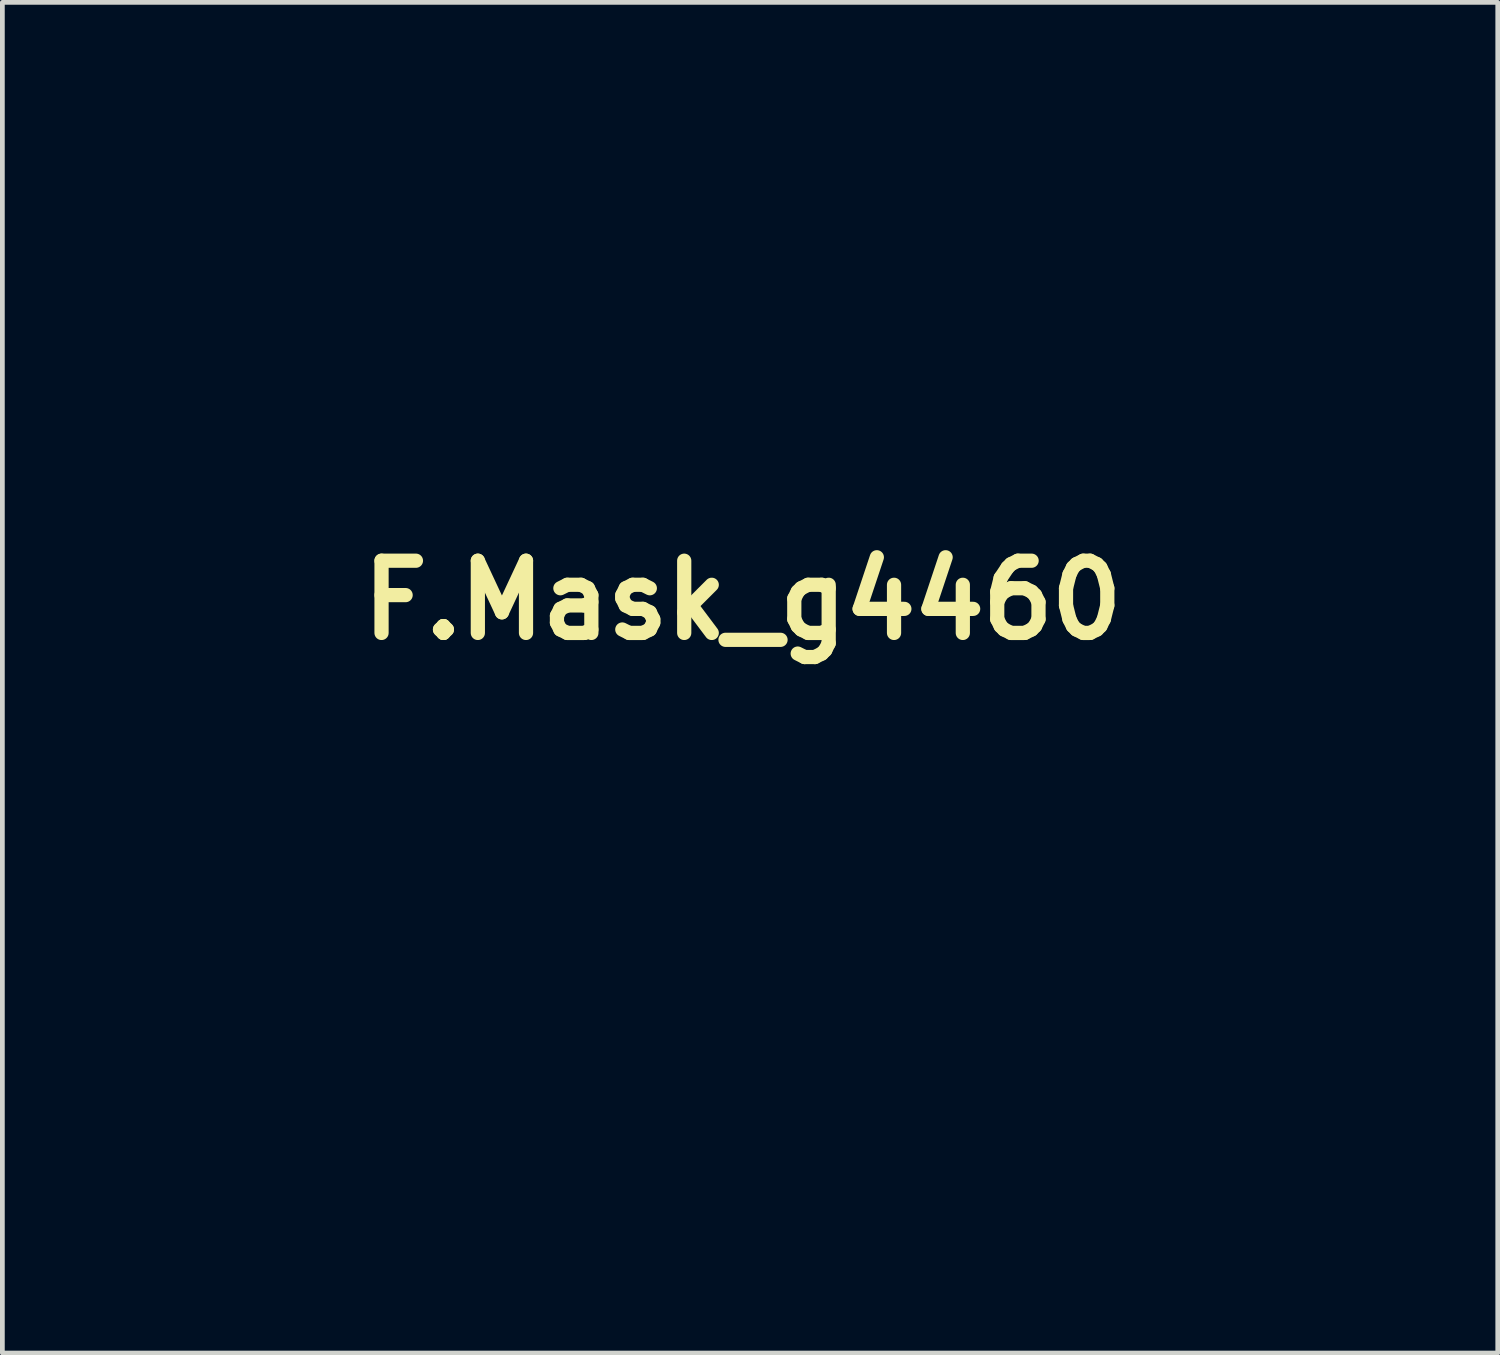
<source format=kicad_pcb>
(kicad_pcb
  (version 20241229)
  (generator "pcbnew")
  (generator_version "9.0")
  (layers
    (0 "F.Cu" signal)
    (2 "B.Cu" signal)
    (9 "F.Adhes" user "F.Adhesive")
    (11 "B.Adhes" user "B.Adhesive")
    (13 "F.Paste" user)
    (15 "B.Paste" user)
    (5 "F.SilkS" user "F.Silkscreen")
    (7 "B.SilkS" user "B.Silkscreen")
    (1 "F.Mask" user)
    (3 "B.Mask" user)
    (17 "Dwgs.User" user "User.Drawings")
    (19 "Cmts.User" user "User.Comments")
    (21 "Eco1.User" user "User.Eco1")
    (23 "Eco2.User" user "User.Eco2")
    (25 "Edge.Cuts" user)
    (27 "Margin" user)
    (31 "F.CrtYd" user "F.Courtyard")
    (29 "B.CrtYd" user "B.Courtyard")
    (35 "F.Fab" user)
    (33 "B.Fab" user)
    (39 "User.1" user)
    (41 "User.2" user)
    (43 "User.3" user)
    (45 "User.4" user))
  (footprint "F.Mask_g4460"
    (layer "F.Cu")
    (at 12.62 9.615)
    (property "Reference" "F.Mask_g4460" (at 0 0 0) (layer "F.SilkS") (effects (font (size 1.524 1.524) (thickness 0.3))))
    (attr through_hole)
    (fp_poly (pts (xy -0.09 -1.519) (xy -0.061 -1.508) (xy -0.049 -1.483) (xy -0.056 -1.441) (xy -0.082 -1.38) (xy -0.13 -1.295) (xy -0.201 -1.181) (xy -0.219 -1.155) (xy -0.313 -1.014) (xy -0.392 -0.905) (xy -0.455 -0.83) (xy -0.5 -0.79) (xy -0.518 -0.783) (xy -0.547 -0.798) (xy -0.591 -0.836) (xy -0.614 -0.861) (xy -0.655 -0.916) (xy -0.701 -0.991) (xy -0.747 -1.075) (xy -0.787 -1.158) (xy -0.815 -1.227) (xy -0.826 -1.271) (xy -0.811 -1.311) (xy -0.785 -1.342) (xy -0.736 -1.373) (xy -0.658 -1.405) (xy -0.562 -1.437) (xy -0.454 -1.466) (xy -0.345 -1.491) (xy -0.242 -1.509) (xy -0.154 -1.519) (xy -0.09 -1.519)) (stroke (width 0.01) (type solid)) (fill yes) (layer "F.Mask"))
    (fp_poly (pts (xy -6.71 -1.45) (xy -6.595 -1.438) (xy -6.442 -1.414) (xy -6.25 -1.379) (xy -6.163 -1.363) (xy -6.022 -1.333) (xy -5.919 -1.307) (xy -5.848 -1.282) (xy -5.806 -1.256) (xy -5.787 -1.227) (xy -5.787 -1.192) (xy -5.787 -1.189) (xy -5.807 -1.13) (xy -5.843 -1.048) (xy -5.89 -0.95) (xy -5.946 -0.844) (xy -6.006 -0.737) (xy -6.066 -0.635) (xy -6.121 -0.547) (xy -6.169 -0.478) (xy -6.205 -0.437) (xy -6.217 -0.429) (xy -6.242 -0.44) (xy -6.281 -0.478) (xy -6.312 -0.518) (xy -6.403 -0.649) (xy -6.491 -0.785) (xy -6.574 -0.92) (xy -6.65 -1.049) (xy -6.716 -1.169) (xy -6.768 -1.273) (xy -6.805 -1.357) (xy -6.823 -1.415) (xy -6.821 -1.442) (xy -6.786 -1.452) (xy -6.71 -1.45)) (stroke (width 0.01) (type solid)) (fill yes) (layer "F.Mask"))
    (fp_poly (pts (xy 2.445 -2.448) (xy 2.447 -2.42) (xy 2.444 -2.408) (xy 2.417 -2.34) (xy 2.373 -2.248) (xy 2.315 -2.138) (xy 2.246 -2.016) (xy 2.17 -1.887) (xy 2.09 -1.758) (xy 2.011 -1.633) (xy 1.935 -1.519) (xy 1.866 -1.421) (xy 1.808 -1.345) (xy 1.764 -1.297) (xy 1.745 -1.283) (xy 1.714 -1.293) (xy 1.672 -1.336) (xy 1.653 -1.362) (xy 1.619 -1.416) (xy 1.571 -1.497) (xy 1.515 -1.593) (xy 1.459 -1.694) (xy 1.328 -1.935) (xy 1.399 -1.996) (xy 1.453 -2.033) (xy 1.537 -2.082) (xy 1.642 -2.137) (xy 1.763 -2.196) (xy 1.891 -2.257) (xy 2.02 -2.314) (xy 2.142 -2.366) (xy 2.251 -2.409) (xy 2.339 -2.439) (xy 2.4 -2.454) (xy 2.412 -2.455) (xy 2.445 -2.448)) (stroke (width 0.01) (type solid)) (fill yes) (layer "F.Mask"))
    (fp_poly (pts (xy 1.829 -6.83) (xy 2.009 -6.782) (xy 2.177 -6.699) (xy 2.325 -6.582) (xy 2.325 -6.582) (xy 2.45 -6.431) (xy 2.537 -6.263) (xy 2.588 -6.083) (xy 2.601 -5.896) (xy 2.575 -5.708) (xy 2.509 -5.525) (xy 2.499 -5.505) (xy 2.441 -5.414) (xy 2.359 -5.316) (xy 2.267 -5.225) (xy 2.178 -5.153) (xy 2.151 -5.136) (xy 2.008 -5.072) (xy 1.844 -5.031) (xy 1.675 -5.016) (xy 1.513 -5.028) (xy 1.407 -5.055) (xy 1.226 -5.138) (xy 1.072 -5.249) (xy 0.948 -5.385) (xy 0.854 -5.541) (xy 0.793 -5.711) (xy 0.768 -5.892) (xy 0.78 -6.077) (xy 0.832 -6.264) (xy 0.855 -6.319) (xy 0.93 -6.444) (xy 1.034 -6.566) (xy 1.156 -6.673) (xy 1.281 -6.751) (xy 1.458 -6.815) (xy 1.643 -6.841) (xy 1.829 -6.83)) (stroke (width 0.01) (type solid)) (fill yes) (layer "F.Mask"))
    (fp_poly (pts (xy -9.478 -7.014) (xy -9.395 -6.979) (xy -9.313 -6.93) (xy -9.245 -6.877) (xy -9.223 -6.852) (xy -9.134 -6.71) (xy -9.076 -6.555) (xy -9.045 -6.378) (xy -9.038 -6.227) (xy -9.052 -6.042) (xy -9.09 -5.864) (xy -9.15 -5.701) (xy -9.228 -5.558) (xy -9.322 -5.443) (xy -9.428 -5.362) (xy -9.441 -5.355) (xy -9.551 -5.311) (xy -9.65 -5.3) (xy -9.748 -5.324) (xy -9.794 -5.345) (xy -9.907 -5.425) (xy -10.008 -5.542) (xy -10.093 -5.694) (xy -10.099 -5.706) (xy -10.124 -5.789) (xy -10.143 -5.901) (xy -10.155 -6.029) (xy -10.159 -6.162) (xy -10.155 -6.287) (xy -10.141 -6.39) (xy -10.141 -6.393) (xy -10.092 -6.552) (xy -10.019 -6.697) (xy -9.927 -6.822) (xy -9.822 -6.921) (xy -9.706 -6.991) (xy -9.587 -7.025) (xy -9.545 -7.027) (xy -9.478 -7.014)) (stroke (width 0.01) (type solid)) (fill yes) (layer "F.Mask"))
    (fp_poly (pts (xy -7.35 -6.954) (xy -7.236 -6.907) (xy -7.131 -6.822) (xy -7.109 -6.797) (xy -7.04 -6.695) (xy -6.991 -6.572) (xy -6.96 -6.42) (xy -6.949 -6.287) (xy -6.954 -6.076) (xy -6.989 -5.867) (xy -7.052 -5.673) (xy -7.094 -5.586) (xy -7.14 -5.512) (xy -7.201 -5.435) (xy -7.268 -5.362) (xy -7.333 -5.301) (xy -7.388 -5.261) (xy -7.423 -5.249) (xy -7.477 -5.243) (xy -7.504 -5.238) (xy -7.545 -5.241) (xy -7.608 -5.26) (xy -7.655 -5.281) (xy -7.77 -5.357) (xy -7.88 -5.463) (xy -7.973 -5.586) (xy -8.018 -5.668) (xy -8.054 -5.778) (xy -8.077 -5.914) (xy -8.087 -6.063) (xy -8.081 -6.209) (xy -8.061 -6.339) (xy -8.054 -6.362) (xy -7.99 -6.533) (xy -7.908 -6.679) (xy -7.811 -6.796) (xy -7.702 -6.884) (xy -7.587 -6.941) (xy -7.468 -6.965) (xy -7.35 -6.954)) (stroke (width 0.01) (type solid)) (fill yes) (layer "F.Mask"))
    (fp_poly (pts (xy 4.808 -5.653) (xy 4.928 -5.651) (xy 5.069 -5.646) (xy 5.225 -5.639) (xy 5.39 -5.632) (xy 5.559 -5.623) (xy 5.728 -5.614) (xy 5.889 -5.604) (xy 6.039 -5.594) (xy 6.171 -5.584) (xy 6.28 -5.575) (xy 6.36 -5.566) (xy 6.407 -5.558) (xy 6.416 -5.555) (xy 6.436 -5.519) (xy 6.433 -5.458) (xy 6.407 -5.379) (xy 6.361 -5.292) (xy 6.348 -5.273) (xy 6.225 -5.12) (xy 6.079 -4.994) (xy 5.918 -4.897) (xy 5.748 -4.836) (xy 5.608 -4.814) (xy 5.45 -4.816) (xy 5.334 -4.837) (xy 5.141 -4.907) (xy 4.975 -5.001) (xy 4.842 -5.116) (xy 4.752 -5.237) (xy 4.726 -5.29) (xy 4.698 -5.363) (xy 4.67 -5.444) (xy 4.646 -5.524) (xy 4.629 -5.591) (xy 4.623 -5.636) (xy 4.625 -5.648) (xy 4.651 -5.653) (xy 4.714 -5.654) (xy 4.808 -5.653)) (stroke (width 0.01) (type solid)) (fill yes) (layer "F.Mask"))
    (fp_poly (pts (xy -3.423 -1.119) (xy -3.315 -1.117) (xy -3.232 -1.114) (xy -3.204 -1.112) (xy -3.115 -1.1) (xy -3.062 -1.085) (xy -3.048 -1.071) (xy -3.059 -1.045) (xy -3.089 -0.989) (xy -3.134 -0.909) (xy -3.191 -0.812) (xy -3.257 -0.702) (xy -3.328 -0.586) (xy -3.4 -0.469) (xy -3.469 -0.358) (xy -3.533 -0.259) (xy -3.587 -0.178) (xy -3.6 -0.159) (xy -3.673 -0.059) (xy -3.731 0.006) (xy -3.777 0.038) (xy -3.798 0.042) (xy -3.815 0.026) (xy -3.85 -0.017) (xy -3.9 -0.082) (xy -3.954 -0.153) (xy -4.056 -0.296) (xy -4.153 -0.441) (xy -4.242 -0.582) (xy -4.321 -0.714) (xy -4.385 -0.831) (xy -4.433 -0.929) (xy -4.461 -1.002) (xy -4.466 -1.034) (xy -4.449 -1.076) (xy -4.429 -1.091) (xy -4.396 -1.097) (xy -4.327 -1.102) (xy -4.23 -1.107) (xy -4.111 -1.111) (xy -3.976 -1.115) (xy -3.833 -1.117) (xy -3.689 -1.119) (xy -3.55 -1.12) (xy -3.423 -1.119)) (stroke (width 0.01) (type solid)) (fill yes) (layer "F.Mask"))
    (fp_poly (pts (xy 3.852 -5.788) (xy 3.928 -5.776) (xy 4.008 -5.761) (xy 4.14 -5.734) (xy 4.238 -5.708) (xy 4.308 -5.68) (xy 4.357 -5.646) (xy 4.391 -5.601) (xy 4.419 -5.543) (xy 4.425 -5.528) (xy 4.516 -5.323) (xy 4.625 -5.15) (xy 4.73 -5.029) (xy 4.877 -4.902) (xy 5.034 -4.81) (xy 5.207 -4.75) (xy 5.404 -4.72) (xy 5.546 -4.715) (xy 5.763 -4.734) (xy 5.968 -4.79) (xy 6.155 -4.879) (xy 6.32 -4.999) (xy 6.458 -5.147) (xy 6.558 -5.305) (xy 6.597 -5.379) (xy 6.635 -5.436) (xy 6.678 -5.478) (xy 6.732 -5.509) (xy 6.805 -5.532) (xy 6.903 -5.551) (xy 7.032 -5.567) (xy 7.128 -5.578) (xy 7.325 -5.599) (xy 7.516 -5.62) (xy 7.693 -5.64) (xy 7.85 -5.657) (xy 7.98 -5.672) (xy 8.077 -5.683) (xy 8.102 -5.686) (xy 8.166 -5.693) (xy 8.199 -5.69) (xy 8.211 -5.674) (xy 8.213 -5.642) (xy 8.201 -5.587) (xy 8.169 -5.506) (xy 8.12 -5.407) (xy 8.061 -5.297) (xy 7.993 -5.186) (xy 7.923 -5.081) (xy 7.864 -5.002) (xy 7.682 -4.797) (xy 7.481 -4.61) (xy 7.267 -4.445) (xy 7.047 -4.307) (xy 6.827 -4.2) (xy 6.612 -4.128) (xy 6.555 -4.115) (xy 6.482 -4.104) (xy 6.375 -4.095) (xy 6.244 -4.086) (xy 6.096 -4.08) (xy 5.942 -4.075) (xy 5.789 -4.072) (xy 5.647 -4.072) (xy 5.524 -4.074) (xy 5.428 -4.079) (xy 5.387 -4.083) (xy 5.19 -4.133) (xy 4.988 -4.219) (xy 4.786 -4.338) (xy 4.587 -4.486) (xy 4.397 -4.658) (xy 4.221 -4.849) (xy 4.061 -5.057) (xy 3.924 -5.276) (xy 3.813 -5.502) (xy 3.766 -5.626) (xy 3.744 -5.695) (xy 3.737 -5.737) (xy 3.745 -5.763) (xy 3.754 -5.774) (xy 3.773 -5.787) (xy 3.803 -5.791) (xy 3.852 -5.788)) (stroke (width 0.01) (type solid)) (fill yes) (layer "F.Mask"))
    (fp_poly (pts (xy 0.483 4.027) (xy 0.641 4.031) (xy 0.764 4.035) (xy 0.861 4.04) (xy 0.94 4.047) (xy 1.008 4.057) (xy 1.074 4.07) (xy 1.145 4.088) (xy 1.2 4.103) (xy 1.552 4.217) (xy 1.908 4.368) (xy 2.259 4.55) (xy 2.491 4.69) (xy 2.656 4.801) (xy 2.823 4.923) (xy 2.989 5.051) (xy 3.147 5.181) (xy 3.293 5.309) (xy 3.423 5.431) (xy 3.531 5.542) (xy 3.612 5.639) (xy 3.659 5.71) (xy 3.672 5.746) (xy 3.661 5.776) (xy 3.626 5.813) (xy 3.566 5.857) (xy 3.47 5.913) (xy 3.343 5.978) (xy 3.19 6.051) (xy 3.015 6.129) (xy 2.823 6.21) (xy 2.618 6.293) (xy 2.405 6.375) (xy 2.189 6.455) (xy 1.973 6.531) (xy 1.885 6.561) (xy 1.437 6.7) (xy 1.005 6.812) (xy 0.577 6.9) (xy 0.14 6.966) (xy -0.318 7.013) (xy -0.518 7.027) (xy -0.611 7.031) (xy -0.731 7.035) (xy -0.875 7.039) (xy -1.034 7.042) (xy -1.203 7.044) (xy -1.376 7.045) (xy -1.546 7.046) (xy -1.708 7.045) (xy -1.854 7.044) (xy -1.98 7.043) (xy -2.078 7.04) (xy -2.143 7.036) (xy -2.159 7.035) (xy -2.2 7.029) (xy -2.273 7.019) (xy -2.367 7.006) (xy -2.466 6.993) (xy -2.615 6.971) (xy -2.763 6.947) (xy -2.901 6.922) (xy -3.02 6.897) (xy -3.112 6.875) (xy -3.159 6.86) (xy -3.196 6.84) (xy -3.213 6.809) (xy -3.217 6.751) (xy -3.217 6.747) (xy -3.208 6.652) (xy -3.181 6.524) (xy -3.138 6.372) (xy -3.082 6.2) (xy -3.014 6.014) (xy -2.936 5.822) (xy -2.851 5.628) (xy -2.84 5.604) (xy -2.688 5.322) (xy -2.503 5.06) (xy -2.29 4.821) (xy -2.053 4.61) (xy -1.796 4.429) (xy -1.522 4.28) (xy -1.235 4.168) (xy -1.002 4.108) (xy -0.857 4.084) (xy -0.678 4.064) (xy -0.47 4.047) (xy -0.242 4.035) (xy 0.001 4.028) (xy 0.25 4.025) (xy 0.483 4.027)) (stroke (width 0.01) (type solid)) (fill yes) (layer "F.Mask"))
    (fp_poly (pts (xy 4.072 6.268) (xy 4.112 6.305) (xy 4.153 6.35) (xy 4.223 6.44) (xy 4.306 6.561) (xy 4.397 6.702) (xy 4.49 6.855) (xy 4.579 7.013) (xy 4.662 7.165) (xy 4.731 7.303) (xy 4.782 7.419) (xy 4.796 7.456) (xy 4.814 7.513) (xy 4.815 7.545) (xy 4.797 7.57) (xy 4.779 7.585) (xy 4.723 7.623) (xy 4.634 7.672) (xy 4.518 7.731) (xy 4.382 7.795) (xy 4.233 7.862) (xy 4.076 7.93) (xy 3.937 7.986) (xy 3.449 8.165) (xy 2.934 8.33) (xy 2.402 8.477) (xy 1.865 8.603) (xy 1.337 8.705) (xy 0.889 8.773) (xy 0.743 8.788) (xy 0.562 8.802) (xy 0.354 8.815) (xy 0.125 8.825) (xy -0.116 8.833) (xy -0.364 8.84) (xy -0.611 8.844) (xy -0.85 8.845) (xy -1.073 8.844) (xy -1.274 8.84) (xy -1.444 8.833) (xy -1.545 8.826) (xy -1.635 8.816) (xy -1.752 8.8) (xy -1.882 8.78) (xy -2.012 8.758) (xy -2.032 8.754) (xy -2.318 8.701) (xy -2.565 8.655) (xy -2.773 8.615) (xy -2.946 8.581) (xy -3.085 8.553) (xy -3.192 8.529) (xy -3.201 8.527) (xy -3.387 8.484) (xy -3.386 8.163) (xy -3.384 8.034) (xy -3.38 7.903) (xy -3.375 7.785) (xy -3.368 7.692) (xy -3.367 7.674) (xy -3.356 7.585) (xy -3.342 7.527) (xy -3.323 7.489) (xy -3.293 7.458) (xy -3.293 7.457) (xy -3.252 7.429) (xy -3.202 7.414) (xy -3.135 7.41) (xy -3.044 7.417) (xy -2.921 7.436) (xy -2.9 7.439) (xy -2.742 7.462) (xy -2.549 7.482) (xy -2.32 7.499) (xy -2.054 7.513) (xy -1.749 7.525) (xy -1.482 7.532) (xy -1.161 7.538) (xy -0.876 7.54) (xy -0.621 7.537) (xy -0.388 7.529) (xy -0.172 7.515) (xy 0.034 7.495) (xy 0.237 7.469) (xy 0.442 7.435) (xy 0.657 7.393) (xy 0.84 7.354) (xy 1.423 7.213) (xy 1.974 7.054) (xy 2.5 6.875) (xy 3.01 6.673) (xy 3.246 6.569) (xy 3.393 6.504) (xy 3.538 6.441) (xy 3.675 6.383) (xy 3.798 6.333) (xy 3.899 6.293) (xy 3.973 6.267) (xy 4.005 6.257) (xy 4.04 6.254) (xy 4.072 6.268)) (stroke (width 0.01) (type solid)) (fill yes) (layer "F.Mask"))
    (fp_poly (pts (xy 5.865 10.282) (xy 5.902 10.31) (xy 5.94 10.371) (xy 5.973 10.466) (xy 6.001 10.587) (xy 6.021 10.725) (xy 6.026 10.796) (xy 6.032 10.888) (xy 6.031 10.953) (xy 6.021 11.006) (xy 6.001 11.06) (xy 5.971 11.122) (xy 5.884 11.257) (xy 5.756 11.392) (xy 5.591 11.526) (xy 5.389 11.657) (xy 5.155 11.786) (xy 4.889 11.911) (xy 4.594 12.031) (xy 4.272 12.147) (xy 3.925 12.257) (xy 3.557 12.36) (xy 3.167 12.456) (xy 2.76 12.545) (xy 2.338 12.624) (xy 1.901 12.694) (xy 1.454 12.754) (xy 0.997 12.803) (xy 0.868 12.815) (xy 0.637 12.833) (xy 0.392 12.848) (xy 0.143 12.86) (xy -0.105 12.869) (xy -0.343 12.875) (xy -0.563 12.877) (xy -0.757 12.875) (xy -0.919 12.869) (xy -0.942 12.868) (xy -1.075 12.856) (xy -1.236 12.837) (xy -1.417 12.811) (xy -1.612 12.78) (xy -1.814 12.746) (xy -2.015 12.709) (xy -2.21 12.67) (xy -2.391 12.632) (xy -2.551 12.595) (xy -2.684 12.56) (xy -2.782 12.529) (xy -2.789 12.527) (xy -2.873 12.491) (xy -2.943 12.45) (xy -3.001 12.398) (xy -3.05 12.331) (xy -3.091 12.246) (xy -3.127 12.136) (xy -3.16 11.999) (xy -3.191 11.829) (xy -3.223 11.622) (xy -3.229 11.578) (xy -3.253 11.394) (xy -3.269 11.246) (xy -3.275 11.131) (xy -3.272 11.044) (xy -3.259 10.981) (xy -3.236 10.937) (xy -3.217 10.918) (xy -3.171 10.893) (xy -3.134 10.891) (xy -3.05 10.92) (xy -2.933 10.956) (xy -2.793 10.995) (xy -2.64 11.036) (xy -2.483 11.075) (xy -2.331 11.111) (xy -2.273 11.123) (xy -1.709 11.235) (xy -1.171 11.321) (xy -0.653 11.382) (xy -0.147 11.417) (xy 0.354 11.428) (xy 0.856 11.414) (xy 1.366 11.377) (xy 1.587 11.354) (xy 1.908 11.312) (xy 2.256 11.257) (xy 2.621 11.191) (xy 2.99 11.116) (xy 3.353 11.034) (xy 3.698 10.948) (xy 3.806 10.919) (xy 4.011 10.862) (xy 4.188 10.809) (xy 4.351 10.758) (xy 4.511 10.702) (xy 4.681 10.639) (xy 4.874 10.565) (xy 4.939 10.539) (xy 5.174 10.448) (xy 5.375 10.375) (xy 5.541 10.32) (xy 5.672 10.284) (xy 5.766 10.267) (xy 5.793 10.266) (xy 5.865 10.282)) (stroke (width 0.01) (type solid)) (fill yes) (layer "F.Mask"))
    (fp_poly (pts (xy 5.126 8.084) (xy 5.152 8.136) (xy 5.189 8.218) (xy 5.235 8.322) (xy 5.288 8.444) (xy 5.345 8.579) (xy 5.404 8.72) (xy 5.464 8.863) (xy 5.521 9.003) (xy 5.574 9.133) (xy 5.62 9.249) (xy 5.657 9.345) (xy 5.682 9.415) (xy 5.709 9.508) (xy 5.717 9.569) (xy 5.711 9.596) (xy 5.675 9.631) (xy 5.601 9.676) (xy 5.494 9.729) (xy 5.357 9.789) (xy 5.193 9.855) (xy 5.006 9.924) (xy 4.799 9.996) (xy 4.699 10.029) (xy 3.972 10.25) (xy 3.258 10.435) (xy 2.55 10.584) (xy 1.843 10.7) (xy 1.323 10.764) (xy 1.168 10.777) (xy 0.984 10.788) (xy 0.778 10.797) (xy 0.558 10.803) (xy 0.333 10.806) (xy 0.111 10.807) (xy -0.099 10.805) (xy -0.289 10.8) (xy -0.451 10.792) (xy -0.54 10.786) (xy -0.901 10.746) (xy -1.245 10.7) (xy -1.559 10.647) (xy -1.577 10.644) (xy -1.752 10.609) (xy -1.946 10.565) (xy -2.15 10.515) (xy -2.358 10.461) (xy -2.563 10.405) (xy -2.756 10.348) (xy -2.931 10.293) (xy -3.08 10.242) (xy -3.196 10.197) (xy -3.21 10.191) (xy -3.276 10.159) (xy -3.314 10.127) (xy -3.335 10.085) (xy -3.342 10.061) (xy -3.353 10.003) (xy -3.364 9.913) (xy -3.374 9.8) (xy -3.383 9.674) (xy -3.39 9.543) (xy -3.395 9.415) (xy -3.398 9.301) (xy -3.398 9.208) (xy -3.394 9.145) (xy -3.393 9.133) (xy -3.377 9.079) (xy -3.354 9.053) (xy -3.309 9.043) (xy -3.294 9.042) (xy -3.24 9.044) (xy -3.157 9.055) (xy -3.059 9.073) (xy -2.988 9.089) (xy -2.73 9.144) (xy -2.444 9.192) (xy -2.143 9.232) (xy -1.937 9.254) (xy -1.823 9.262) (xy -1.674 9.269) (xy -1.494 9.274) (xy -1.289 9.278) (xy -1.065 9.281) (xy -0.828 9.282) (xy -0.584 9.282) (xy -0.337 9.281) (xy -0.095 9.279) (xy 0.138 9.276) (xy 0.356 9.271) (xy 0.553 9.265) (xy 0.724 9.259) (xy 0.862 9.251) (xy 0.942 9.244) (xy 1.223 9.211) (xy 1.5 9.17) (xy 1.777 9.121) (xy 2.06 9.062) (xy 2.351 8.992) (xy 2.656 8.91) (xy 2.977 8.815) (xy 3.32 8.706) (xy 3.688 8.581) (xy 4.086 8.439) (xy 4.518 8.28) (xy 4.521 8.279) (xy 4.669 8.224) (xy 4.803 8.175) (xy 4.92 8.132) (xy 5.014 8.098) (xy 5.08 8.075) (xy 5.112 8.065) (xy 5.114 8.065) (xy 5.126 8.084)) (stroke (width 0.01) (type solid)) (fill yes) (layer "F.Mask"))
    (fp_poly (pts (xy 1.671 -8.729) (xy 1.805 -8.724) (xy 1.916 -8.713) (xy 2.012 -8.695) (xy 2.101 -8.668) (xy 2.194 -8.631) (xy 2.26 -8.601) (xy 2.371 -8.542) (xy 2.489 -8.467) (xy 2.609 -8.381) (xy 2.726 -8.29) (xy 2.834 -8.196) (xy 2.927 -8.106) (xy 3.001 -8.024) (xy 3.05 -7.954) (xy 3.069 -7.901) (xy 3.069 -7.899) (xy 3.062 -7.832) (xy 3.042 -7.736) (xy 3.009 -7.606) (xy 2.961 -7.442) (xy 2.913 -7.285) (xy 2.876 -7.166) (xy 2.842 -7.049) (xy 2.815 -6.946) (xy 2.797 -6.868) (xy 2.793 -6.851) (xy 2.775 -6.752) (xy 2.762 -6.687) (xy 2.751 -6.649) (xy 2.739 -6.631) (xy 2.723 -6.626) (xy 2.707 -6.625) (xy 2.671 -6.639) (xy 2.616 -6.675) (xy 2.551 -6.727) (xy 2.533 -6.743) (xy 2.358 -6.876) (xy 2.169 -6.971) (xy 1.964 -7.028) (xy 1.739 -7.048) (xy 1.725 -7.048) (xy 1.515 -7.034) (xy 1.33 -6.99) (xy 1.162 -6.912) (xy 1.003 -6.797) (xy 0.919 -6.719) (xy 0.782 -6.559) (xy 0.676 -6.38) (xy 0.601 -6.19) (xy 0.561 -5.995) (xy 0.556 -5.802) (xy 0.589 -5.617) (xy 0.592 -5.605) (xy 0.667 -5.429) (xy 0.778 -5.261) (xy 0.919 -5.108) (xy 1.083 -4.977) (xy 1.226 -4.894) (xy 1.301 -4.858) (xy 1.361 -4.835) (xy 1.422 -4.821) (xy 1.496 -4.813) (xy 1.598 -4.809) (xy 1.61 -4.808) (xy 1.805 -4.809) (xy 1.969 -4.83) (xy 2.113 -4.874) (xy 2.244 -4.944) (xy 2.374 -5.043) (xy 2.466 -5.131) (xy 2.572 -5.246) (xy 2.654 -5.353) (xy 2.72 -5.467) (xy 2.778 -5.601) (xy 2.816 -5.707) (xy 2.858 -5.823) (xy 2.897 -5.904) (xy 2.94 -5.952) (xy 2.993 -5.974) (xy 3.062 -5.974) (xy 3.156 -5.956) (xy 3.165 -5.954) (xy 3.283 -5.918) (xy 3.359 -5.872) (xy 3.395 -5.816) (xy 3.395 -5.763) (xy 3.375 -5.707) (xy 3.339 -5.624) (xy 3.29 -5.522) (xy 3.234 -5.412) (xy 3.174 -5.303) (xy 3.117 -5.203) (xy 3.073 -5.133) (xy 2.986 -5.015) (xy 2.874 -4.884) (xy 2.75 -4.752) (xy 2.622 -4.631) (xy 2.504 -4.531) (xy 2.498 -4.527) (xy 2.388 -4.452) (xy 2.256 -4.374) (xy 2.118 -4.302) (xy 1.984 -4.243) (xy 1.87 -4.202) (xy 1.863 -4.199) (xy 1.782 -4.184) (xy 1.67 -4.171) (xy 1.536 -4.162) (xy 1.389 -4.157) (xy 1.24 -4.155) (xy 1.097 -4.157) (xy 0.971 -4.163) (xy 0.869 -4.173) (xy 0.816 -4.183) (xy 0.682 -4.23) (xy 0.547 -4.298) (xy 0.407 -4.391) (xy 0.255 -4.512) (xy 0.087 -4.666) (xy 0.077 -4.676) (xy -0.104 -4.86) (xy -0.252 -5.033) (xy -0.369 -5.202) (xy -0.461 -5.376) (xy -0.531 -5.563) (xy -0.582 -5.771) (xy -0.618 -6.007) (xy -0.636 -6.177) (xy -0.644 -6.343) (xy -0.645 -6.518) (xy -0.636 -6.694) (xy -0.621 -6.859) (xy -0.599 -7.003) (xy -0.57 -7.115) (xy -0.57 -7.117) (xy -0.525 -7.234) (xy -0.461 -7.373) (xy -0.386 -7.522) (xy -0.305 -7.671) (xy -0.224 -7.806) (xy -0.197 -7.848) (xy -0.019 -8.085) (xy 0.176 -8.284) (xy 0.39 -8.446) (xy 0.625 -8.573) (xy 0.882 -8.666) (xy 0.945 -8.683) (xy 1.024 -8.701) (xy 1.101 -8.714) (xy 1.184 -8.722) (xy 1.284 -8.727) (xy 1.41 -8.73) (xy 1.503 -8.73) (xy 1.671 -8.729)) (stroke (width 0.01) (type solid)) (fill yes) (layer "F.Mask"))
    (fp_poly (pts (xy 4.182 -3.074) (xy 4.16 -2.653) (xy 4.125 -2.254) (xy 4.08 -1.881) (xy 4.024 -1.54) (xy 3.958 -1.234) (xy 3.937 -1.151) (xy 3.842 -0.834) (xy 3.732 -0.551) (xy 3.603 -0.291) (xy 3.449 -0.047) (xy 3.266 0.191) (xy 3.059 0.42) (xy 2.814 0.658) (xy 2.566 0.867) (xy 2.311 1.049) (xy 2.042 1.205) (xy 1.756 1.34) (xy 1.447 1.454) (xy 1.111 1.551) (xy 0.742 1.633) (xy 0.459 1.683) (xy 0.193 1.72) (xy -0.093 1.75) (xy -0.387 1.772) (xy -0.68 1.786) (xy -0.961 1.791) (xy -1.219 1.786) (xy -1.386 1.777) (xy -1.768 1.735) (xy -2.157 1.669) (xy -2.558 1.576) (xy -2.974 1.456) (xy -3.409 1.308) (xy -3.866 1.131) (xy -4.2 0.99) (xy -4.341 0.928) (xy -4.464 0.872) (xy -4.573 0.819) (xy -4.673 0.767) (xy -4.769 0.711) (xy -4.863 0.65) (xy -4.962 0.579) (xy -5.07 0.496) (xy -5.191 0.398) (xy -5.33 0.281) (xy -5.491 0.143) (xy -5.678 -0.019) (xy -5.703 -0.041) (xy -5.775 -0.105) (xy -5.834 -0.159) (xy -5.872 -0.198) (xy -5.884 -0.214) (xy -5.873 -0.238) (xy -5.843 -0.286) (xy -5.8 -0.35) (xy -5.79 -0.364) (xy -5.746 -0.427) (xy -5.684 -0.516) (xy -5.611 -0.621) (xy -5.533 -0.734) (xy -5.482 -0.809) (xy -5.392 -0.937) (xy -5.319 -1.034) (xy -5.258 -1.104) (xy -5.203 -1.154) (xy -5.148 -1.187) (xy -5.088 -1.209) (xy -5.024 -1.223) (xy -4.923 -1.236) (xy -4.847 -1.232) (xy -4.788 -1.206) (xy -4.738 -1.151) (xy -4.688 -1.064) (xy -4.656 -0.995) (xy -4.573 -0.823) (xy -4.475 -0.639) (xy -4.367 -0.453) (xy -4.254 -0.272) (xy -4.141 -0.105) (xy -4.034 0.04) (xy -3.938 0.155) (xy -3.934 0.159) (xy -3.835 0.253) (xy -3.738 0.326) (xy -3.648 0.373) (xy -3.571 0.392) (xy -3.523 0.385) (xy -3.475 0.348) (xy -3.409 0.275) (xy -3.329 0.17) (xy -3.236 0.035) (xy -3.133 -0.128) (xy -3.019 -0.315) (xy -2.899 -0.525) (xy -2.773 -0.751) (xy -2.715 -0.858) (xy -2.662 -0.952) (xy -2.618 -1.028) (xy -2.588 -1.078) (xy -2.576 -1.095) (xy -2.549 -1.105) (xy -2.486 -1.121) (xy -2.393 -1.14) (xy -2.276 -1.163) (xy -2.141 -1.187) (xy -2.027 -1.207) (xy -1.872 -1.233) (xy -1.722 -1.259) (xy -1.584 -1.284) (xy -1.466 -1.307) (xy -1.377 -1.326) (xy -1.341 -1.334) (xy -1.259 -1.354) (xy -1.191 -1.369) (xy -1.148 -1.376) (xy -1.144 -1.376) (xy -1.117 -1.357) (xy -1.074 -1.302) (xy -1.019 -1.214) (xy -0.987 -1.158) (xy -0.822 -0.889) (xy -0.645 -0.655) (xy -0.543 -0.54) (xy -0.468 -0.468) (xy -0.406 -0.428) (xy -0.349 -0.423) (xy -0.289 -0.451) (xy -0.218 -0.514) (xy -0.177 -0.557) (xy -0.138 -0.6) (xy -0.103 -0.639) (xy -0.07 -0.679) (xy -0.035 -0.725) (xy 0.006 -0.783) (xy 0.056 -0.856) (xy 0.119 -0.95) (xy 0.197 -1.069) (xy 0.295 -1.219) (xy 0.303 -1.23) (xy 0.379 -1.343) (xy 0.457 -1.455) (xy 0.531 -1.554) (xy 0.594 -1.633) (xy 0.623 -1.667) (xy 0.674 -1.717) (xy 0.741 -1.776) (xy 0.816 -1.839) (xy 0.893 -1.898) (xy 0.964 -1.95) (xy 1.021 -1.988) (xy 1.058 -2.008) (xy 1.068 -2.008) (xy 1.08 -1.986) (xy 1.105 -1.939) (xy 1.122 -1.905) (xy 1.172 -1.813) (xy 1.242 -1.699) (xy 1.325 -1.572) (xy 1.413 -1.444) (xy 1.501 -1.324) (xy 1.527 -1.289) (xy 1.629 -1.174) (xy 1.731 -1.087) (xy 1.83 -1.034) (xy 1.915 -1.016) (xy 1.978 -1.024) (xy 2.041 -1.05) (xy 2.106 -1.096) (xy 2.176 -1.164) (xy 2.252 -1.258) (xy 2.336 -1.379) (xy 2.43 -1.53) (xy 2.536 -1.714) (xy 2.656 -1.933) (xy 2.732 -2.074) (xy 2.833 -2.264) (xy 2.918 -2.42) (xy 2.989 -2.548) (xy 3.05 -2.651) (xy 3.104 -2.735) (xy 3.152 -2.804) (xy 3.189 -2.852) (xy 3.25 -2.913) (xy 3.342 -2.987) (xy 3.456 -3.069) (xy 3.583 -3.153) (xy 3.717 -3.234) (xy 3.848 -3.308) (xy 3.969 -3.369) (xy 4.072 -3.411) (xy 4.1 -3.421) (xy 4.197 -3.45) (xy 4.182 -3.074)) (stroke (width 0.01) (type solid)) (fill yes) (layer "F.Mask"))
    (fp_poly (pts (xy 6.335 -9.606) (xy 6.525 -9.596) (xy 6.693 -9.576) (xy 6.848 -9.547) (xy 6.999 -9.507) (xy 7.05 -9.491) (xy 7.357 -9.372) (xy 7.662 -9.214) (xy 7.962 -9.02) (xy 8.253 -8.793) (xy 8.532 -8.536) (xy 8.794 -8.253) (xy 9.037 -7.946) (xy 9.257 -7.619) (xy 9.286 -7.571) (xy 9.386 -7.4) (xy 9.479 -7.231) (xy 9.568 -7.057) (xy 9.655 -6.873) (xy 9.743 -6.673) (xy 9.836 -6.449) (xy 9.936 -6.196) (xy 10.023 -5.969) (xy 10.08 -5.818) (xy 10.136 -5.67) (xy 10.189 -5.533) (xy 10.234 -5.414) (xy 10.27 -5.322) (xy 10.288 -5.276) (xy 10.357 -5.101) (xy 10.7 -5.101) (xy 10.861 -5.099) (xy 10.985 -5.093) (xy 11.075 -5.083) (xy 11.136 -5.066) (xy 11.172 -5.044) (xy 11.185 -5.024) (xy 11.186 -4.987) (xy 11.166 -4.936) (xy 11.122 -4.867) (xy 11.052 -4.779) (xy 10.955 -4.668) (xy 10.829 -4.532) (xy 10.74 -4.437) (xy 10.663 -4.352) (xy 10.601 -4.282) (xy 10.559 -4.232) (xy 10.541 -4.206) (xy 10.541 -4.204) (xy 10.546 -4.173) (xy 10.56 -4.109) (xy 10.58 -4.022) (xy 10.605 -3.919) (xy 10.633 -3.809) (xy 10.661 -3.7) (xy 10.687 -3.602) (xy 10.71 -3.521) (xy 10.726 -3.466) (xy 10.733 -3.448) (xy 10.745 -3.439) (xy 10.772 -3.434) (xy 10.819 -3.435) (xy 10.891 -3.442) (xy 10.993 -3.455) (xy 11.13 -3.474) (xy 11.159 -3.478) (xy 11.288 -3.496) (xy 11.404 -3.512) (xy 11.5 -3.524) (xy 11.569 -3.532) (xy 11.604 -3.536) (xy 11.606 -3.536) (xy 11.66 -3.516) (xy 11.708 -3.467) (xy 11.74 -3.402) (xy 11.748 -3.357) (xy 11.744 -3.323) (xy 11.731 -3.285) (xy 11.705 -3.241) (xy 11.664 -3.188) (xy 11.605 -3.12) (xy 11.525 -3.036) (xy 11.42 -2.932) (xy 11.287 -2.803) (xy 11.245 -2.762) (xy 10.916 -2.444) (xy 10.952 -2.191) (xy 10.976 -2.027) (xy 10.999 -1.873) (xy 11.022 -1.735) (xy 11.042 -1.617) (xy 11.06 -1.525) (xy 11.074 -1.465) (xy 11.082 -1.442) (xy 11.113 -1.433) (xy 11.179 -1.43) (xy 11.27 -1.433) (xy 11.38 -1.44) (xy 11.501 -1.451) (xy 11.625 -1.466) (xy 11.705 -1.478) (xy 11.91 -1.509) (xy 12.078 -1.529) (xy 12.212 -1.538) (xy 12.317 -1.535) (xy 12.397 -1.521) (xy 12.454 -1.496) (xy 12.494 -1.46) (xy 12.5 -1.451) (xy 12.521 -1.413) (xy 12.519 -1.378) (xy 12.498 -1.332) (xy 12.46 -1.277) (xy 12.393 -1.199) (xy 12.3 -1.103) (xy 12.185 -0.992) (xy 12.052 -0.87) (xy 11.905 -0.74) (xy 11.748 -0.606) (xy 11.747 -0.605) (xy 11.605 -0.486) (xy 11.492 -0.391) (xy 11.405 -0.315) (xy 11.341 -0.256) (xy 11.295 -0.21) (xy 11.266 -0.173) (xy 11.249 -0.142) (xy 11.242 -0.114) (xy 11.24 -0.084) (xy 11.239 -0.08) (xy 11.256 0.037) (xy 11.305 0.127) (xy 11.385 0.189) (xy 11.433 0.209) (xy 11.514 0.237) (xy 11.618 0.269) (xy 11.737 0.304) (xy 11.825 0.329) (xy 11.977 0.372) (xy 12.151 0.423) (xy 12.328 0.477) (xy 12.49 0.529) (xy 12.541 0.546) (xy 12.9 0.667) (xy 12.919 0.762) (xy 12.926 0.837) (xy 12.925 0.948) (xy 12.918 1.09) (xy 12.905 1.258) (xy 12.886 1.446) (xy 12.862 1.648) (xy 12.833 1.86) (xy 12.801 2.076) (xy 12.765 2.291) (xy 12.729 2.487) (xy 12.693 2.664) (xy 12.647 2.866) (xy 12.594 3.084) (xy 12.536 3.311) (xy 12.476 3.538) (xy 12.415 3.756) (xy 12.356 3.958) (xy 12.301 4.135) (xy 12.252 4.278) (xy 12.21 4.397) (xy 11.92 4.252) (xy 11.815 4.201) (xy 11.717 4.156) (xy 11.637 4.123) (xy 11.582 4.104) (xy 11.568 4.101) (xy 11.504 4.096) (xy 11.505 4.371) (xy 11.507 4.503) (xy 11.512 4.648) (xy 11.518 4.785) (xy 11.523 4.874) (xy 11.54 5.102) (xy 11.62 5.143) (xy 11.688 5.183) (xy 11.751 5.228) (xy 11.798 5.27) (xy 11.821 5.303) (xy 11.821 5.314) (xy 11.794 5.319) (xy 11.738 5.305) (xy 11.66 5.274) (xy 11.566 5.228) (xy 11.529 5.207) (xy 11.409 5.139) (xy 11.408 4.723) (xy 11.406 4.582) (xy 11.403 4.444) (xy 11.399 4.318) (xy 11.394 4.215) (xy 11.389 4.149) (xy 11.383 4.07) (xy 11.382 4.008) (xy 11.387 3.975) (xy 11.388 3.973) (xy 11.419 3.967) (xy 11.485 3.978) (xy 11.581 4.006) (xy 11.704 4.049) (xy 11.848 4.106) (xy 11.868 4.114) (xy 11.963 4.152) (xy 12.045 4.183) (xy 12.106 4.204) (xy 12.137 4.212) (xy 12.153 4.202) (xy 12.172 4.169) (xy 12.196 4.112) (xy 12.226 4.025) (xy 12.262 3.908) (xy 12.307 3.757) (xy 12.359 3.568) (xy 12.382 3.486) (xy 12.543 2.842) (xy 12.672 2.201) (xy 12.771 1.546) (xy 12.783 1.45) (xy 12.804 1.273) (xy 12.82 1.132) (xy 12.831 1.024) (xy 12.837 0.943) (xy 12.838 0.884) (xy 12.834 0.842) (xy 12.826 0.812) (xy 12.813 0.79) (xy 12.8 0.774) (xy 12.764 0.746) (xy 12.701 0.713) (xy 12.61 0.676) (xy 12.488 0.632) (xy 12.332 0.581) (xy 12.141 0.523) (xy 11.911 0.456) (xy 11.864 0.443) (xy 11.727 0.403) (xy 11.598 0.364) (xy 11.484 0.327) (xy 11.394 0.297) (xy 11.335 0.274) (xy 11.325 0.269) (xy 11.238 0.21) (xy 11.18 0.129) (xy 11.147 0.02) (xy 11.14 -0.04) (xy 11.135 -0.108) (xy 11.139 -0.154) (xy 11.159 -0.194) (xy 11.2 -0.243) (xy 11.221 -0.266) (xy 11.265 -0.309) (xy 11.335 -0.374) (xy 11.425 -0.455) (xy 11.53 -0.545) (xy 11.642 -0.64) (xy 11.683 -0.675) (xy 11.886 -0.847) (xy 12.054 -0.996) (xy 12.188 -1.121) (xy 12.287 -1.223) (xy 12.352 -1.302) (xy 12.374 -1.338) (xy 12.395 -1.384) (xy 12.395 -1.41) (xy 12.372 -1.432) (xy 12.369 -1.433) (xy 12.352 -1.444) (xy 12.328 -1.45) (xy 12.295 -1.453) (xy 12.246 -1.451) (xy 12.177 -1.444) (xy 12.083 -1.432) (xy 11.96 -1.414) (xy 11.803 -1.39) (xy 11.696 -1.373) (xy 11.508 -1.344) (xy 11.357 -1.324) (xy 11.24 -1.312) (xy 11.151 -1.307) (xy 11.088 -1.31) (xy 11.045 -1.321) (xy 11.019 -1.338) (xy 11.016 -1.342) (xy 10.996 -1.383) (xy 10.974 -1.453) (xy 10.951 -1.554) (xy 10.925 -1.69) (xy 10.896 -1.862) (xy 10.863 -2.074) (xy 10.862 -2.078) (xy 10.804 -2.474) (xy 11.172 -2.828) (xy 11.313 -2.965) (xy 11.425 -3.077) (xy 11.51 -3.167) (xy 11.57 -3.237) (xy 11.609 -3.292) (xy 11.629 -3.333) (xy 11.632 -3.364) (xy 11.629 -3.373) (xy 11.618 -3.391) (xy 11.597 -3.404) (xy 11.561 -3.41) (xy 11.507 -3.411) (xy 11.429 -3.406) (xy 11.322 -3.394) (xy 11.183 -3.376) (xy 11.028 -3.355) (xy 10.911 -3.339) (xy 10.808 -3.328) (xy 10.727 -3.322) (xy 10.675 -3.321) (xy 10.66 -3.324) (xy 10.648 -3.35) (xy 10.63 -3.41) (xy 10.606 -3.496) (xy 10.579 -3.599) (xy 10.551 -3.711) (xy 10.524 -3.825) (xy 10.5 -3.933) (xy 10.48 -4.027) (xy 10.467 -4.098) (xy 10.465 -4.117) (xy 10.459 -4.177) (xy 10.465 -4.22) (xy 10.486 -4.263) (xy 10.528 -4.32) (xy 10.54 -4.335) (xy 10.597 -4.405) (xy 10.67 -4.489) (xy 10.745 -4.572) (xy 10.76 -4.589) (xy 10.869 -4.707) (xy 10.952 -4.799) (xy 11.011 -4.867) (xy 11.049 -4.916) (xy 11.07 -4.95) (xy 11.075 -4.971) (xy 11.07 -4.983) (xy 11.04 -4.992) (xy 10.973 -5.001) (xy 10.875 -5.009) (xy 10.75 -5.015) (xy 10.7 -5.017) (xy 10.571 -5.021) (xy 10.477 -5.025) (xy 10.412 -5.031) (xy 10.367 -5.039) (xy 10.337 -5.05) (xy 10.314 -5.066) (xy 10.3 -5.078) (xy 10.278 -5.103) (xy 10.253 -5.14) (xy 10.225 -5.193) (xy 10.191 -5.265) (xy 10.151 -5.361) (xy 10.101 -5.483) (xy 10.042 -5.636) (xy 9.971 -5.822) (xy 9.928 -5.937) (xy 9.788 -6.3) (xy 9.653 -6.626) (xy 9.522 -6.919) (xy 9.392 -7.184) (xy 9.26 -7.426) (xy 9.123 -7.649) (xy 8.979 -7.857) (xy 8.825 -8.055) (xy 8.659 -8.247) (xy 8.477 -8.438) (xy 8.427 -8.488) (xy 8.215 -8.689) (xy 8.018 -8.859) (xy 7.828 -9.002) (xy 7.638 -9.122) (xy 7.441 -9.225) (xy 7.229 -9.315) (xy 7.097 -9.364) (xy 6.919 -9.421) (xy 6.758 -9.462) (xy 6.598 -9.489) (xy 6.424 -9.505) (xy 6.261 -9.512) (xy 5.899 -9.511) (xy 5.566 -9.484) (xy 5.256 -9.429) (xy 4.964 -9.345) (xy 4.684 -9.229) (xy 4.413 -9.079) (xy 4.143 -8.893) (xy 3.871 -8.67) (xy 3.719 -8.531) (xy 3.49 -8.316) (xy 3.167 -8.629) (xy 2.988 -8.8) (xy 2.829 -8.943) (xy 2.687 -9.06) (xy 2.553 -9.155) (xy 2.424 -9.233) (xy 2.293 -9.296) (xy 2.153 -9.349) (xy 2 -9.395) (xy 1.905 -9.419) (xy 1.758 -9.447) (xy 1.585 -9.467) (xy 1.401 -9.478) (xy 1.219 -9.479) (xy 1.057 -9.471) (xy 0.993 -9.463) (xy 0.711 -9.408) (xy 0.434 -9.325) (xy 0.173 -9.219) (xy -0.063 -9.092) (xy -0.166 -9.023) (xy -0.358 -8.866) (xy -0.548 -8.675) (xy -0.731 -8.454) (xy -0.901 -8.213) (xy -1.053 -7.956) (xy -1.182 -7.692) (xy -1.197 -7.658) (xy -1.248 -7.535) (xy -1.288 -7.43) (xy -1.32 -7.334) (xy -1.343 -7.241) (xy -1.36 -7.144) (xy -1.371 -7.034) (xy -1.378 -6.906) (xy -1.382 -6.751) (xy -1.384 -6.562) (xy -1.384 -6.519) (xy -1.384 -6.316) (xy -1.382 -6.15) (xy -1.378 -6.017) (xy -1.372 -5.911) (xy -1.364 -5.829) (xy -1.356 -5.782) (xy -1.34 -5.693) (xy -1.337 -5.631) (xy -1.352 -5.591) (xy -1.391 -5.566) (xy -1.459 -5.552) (xy -1.563 -5.542) (xy -1.6 -5.539) (xy -1.708 -5.533) (xy -1.854 -5.529) (xy -2.034 -5.527) (xy -2.244 -5.526) (xy -2.48 -5.526) (xy -2.738 -5.528) (xy -3.013 -5.531) (xy -3.302 -5.535) (xy -3.6 -5.54) (xy -3.904 -5.546) (xy -4.209 -5.553) (xy -4.511 -5.561) (xy -4.806 -5.569) (xy -5.09 -5.579) (xy -5.359 -5.588) (xy -5.608 -5.598) (xy -5.834 -5.608) (xy -6.033 -5.619) (xy -6.199 -5.63) (xy -6.331 -5.64) (xy -6.353 -5.643) (xy -6.473 -5.655) (xy -6.487 -5.807) (xy -6.518 -6.083) (xy -6.558 -6.325) (xy -6.608 -6.539) (xy -6.67 -6.734) (xy -6.745 -6.916) (xy -6.768 -6.963) (xy -6.876 -7.149) (xy -7.003 -7.303) (xy -7.143 -7.425) (xy -7.295 -7.51) (xy -7.454 -7.559) (xy -7.619 -7.568) (xy -7.696 -7.558) (xy -7.801 -7.532) (xy -7.901 -7.491) (xy -8.001 -7.432) (xy -8.107 -7.35) (xy -8.227 -7.241) (xy -8.33 -7.139) (xy -8.414 -7.054) (xy -8.488 -6.981) (xy -8.547 -6.924) (xy -8.586 -6.889) (xy -8.6 -6.879) (xy -8.617 -6.896) (xy -8.651 -6.94) (xy -8.695 -7.004) (xy -8.713 -7.032) (xy -8.855 -7.219) (xy -9.017 -7.371) (xy -9.198 -7.485) (xy -9.204 -7.488) (xy -9.281 -7.525) (xy -9.344 -7.548) (xy -9.408 -7.562) (xy -9.486 -7.57) (xy -9.578 -7.574) (xy -9.717 -7.574) (xy -9.826 -7.56) (xy -9.92 -7.527) (xy -10.009 -7.47) (xy -10.107 -7.386) (xy -10.11 -7.383) (xy -10.283 -7.191) (xy -10.429 -6.969) (xy -10.546 -6.723) (xy -10.632 -6.457) (xy -10.685 -6.174) (xy -10.706 -5.878) (xy -10.701 -5.694) (xy -10.656 -5.27) (xy -10.575 -4.858) (xy -10.459 -4.461) (xy -10.31 -4.081) (xy -10.129 -3.722) (xy -9.918 -3.386) (xy -9.678 -3.078) (xy -9.431 -2.82) (xy -9.265 -2.671) (xy -9.089 -2.53) (xy -8.896 -2.393) (xy -8.682 -2.257) (xy -8.44 -2.116) (xy -8.166 -1.969) (xy -8.051 -1.91) (xy -7.688 -1.726) (xy -7.364 -1.186) (xy -7.239 -0.978) (xy -7.114 -0.773) (xy -6.992 -0.575) (xy -6.875 -0.387) (xy -6.766 -0.215) (xy -6.668 -0.062) (xy -6.583 0.068) (xy -6.514 0.17) (xy -6.464 0.24) (xy -6.461 0.243) (xy -6.413 0.3) (xy -6.37 0.341) (xy -6.345 0.356) (xy -6.314 0.344) (xy -6.261 0.306) (xy -6.19 0.247) (xy -6.14 0.2) (xy -5.97 0.038) (xy -5.909 0.088) (xy -5.687 0.268) (xy -5.498 0.425) (xy -5.343 0.557) (xy -5.221 0.665) (xy -5.13 0.751) (xy -5.072 0.813) (xy -5.047 0.848) (xy -5.018 0.942) (xy -5.022 1.039) (xy -5.054 1.126) (xy -5.112 1.194) (xy -5.157 1.22) (xy -5.222 1.238) (xy -5.324 1.253) (xy -5.453 1.266) (xy -5.603 1.276) (xy -5.768 1.282) (xy -5.94 1.284) (xy -6.112 1.283) (xy -6.277 1.276) (xy -6.326 1.274) (xy -6.625 1.249) (xy -6.89 1.215) (xy -7.131 1.17) (xy -7.357 1.11) (xy -7.576 1.034) (xy -7.798 0.941) (xy -7.88 0.902) (xy -8.074 0.803) (xy -8.253 0.698) (xy -8.421 0.583) (xy -8.584 0.454) (xy -8.747 0.306) (xy -8.914 0.136) (xy -9.09 -0.062) (xy -9.281 -0.291) (xy -9.345 -0.37) (xy -9.44 -0.49) (xy -9.513 -0.58) (xy -9.568 -0.644) (xy -9.608 -0.684) (xy -9.639 -0.703) (xy -9.663 -0.705) (xy -9.686 -0.693) (xy -9.712 -0.67) (xy -9.729 -0.654) (xy -9.793 -0.575) (xy -9.859 -0.463) (xy -9.921 -0.332) (xy -9.976 -0.189) (xy -10.019 -0.047) (xy -10.046 0.084) (xy -10.055 0.178) (xy -10.051 0.233) (xy -10.041 0.318) (xy -10.026 0.42) (xy -10.008 0.523) (xy -9.987 0.647) (xy -9.978 0.743) (xy -9.984 0.814) (xy -10.01 0.865) (xy -10.06 0.898) (xy -10.137 0.918) (xy -10.247 0.928) (xy -10.393 0.931) (xy -10.477 0.931) (xy -10.672 0.933) (xy -10.875 0.939) (xy -11.082 0.948) (xy -11.288 0.959) (xy -11.486 0.973) (xy -11.672 0.988) (xy -11.84 1.005) (xy -11.984 1.023) (xy -12.099 1.041) (xy -12.179 1.06) (xy -12.203 1.068) (xy -12.258 1.103) (xy -12.275 1.148) (xy -12.256 1.209) (xy -12.221 1.261) (xy -12.139 1.345) (xy -12.02 1.432) (xy -11.867 1.522) (xy -11.686 1.612) (xy -11.479 1.699) (xy -11.253 1.781) (xy -11.202 1.798) (xy -10.894 1.897) (xy -11.548 2.254) (xy -11.774 2.377) (xy -11.964 2.483) (xy -12.122 2.572) (xy -12.249 2.646) (xy -12.348 2.708) (xy -12.421 2.757) (xy -12.472 2.796) (xy -12.502 2.825) (xy -12.51 2.837) (xy -12.521 2.893) (xy -12.49 2.944) (xy -12.438 2.98) (xy -12.416 2.99) (xy -12.386 2.998) (xy -12.343 3.005) (xy -12.283 3.01) (xy -12.203 3.014) (xy -12.096 3.018) (xy -11.96 3.021) (xy -11.789 3.025) (xy -11.636 3.027) (xy -10.899 3.037) (xy -11.144 3.387) (xy -11.258 3.552) (xy -11.347 3.686) (xy -11.413 3.793) (xy -11.457 3.876) (xy -11.48 3.937) (xy -11.485 3.979) (xy -11.479 3.998) (xy -11.444 4.019) (xy -11.378 4.033) (xy -11.291 4.04) (xy -11.193 4.038) (xy -11.096 4.028) (xy -11.01 4.01) (xy -10.916 3.977) (xy -10.803 3.926) (xy -10.683 3.865) (xy -10.57 3.802) (xy -10.48 3.743) (xy -10.46 3.728) (xy -10.389 3.678) (xy -10.311 3.63) (xy -10.291 3.619) (xy -10.199 3.571) (xy -10.047 3.68) (xy -9.801 3.853) (xy -9.577 4) (xy -9.367 4.127) (xy -9.164 4.239) (xy -9.049 4.297) (xy -8.709 4.454) (xy -8.376 4.587) (xy -8.037 4.7) (xy -7.679 4.798) (xy -7.371 4.869) (xy -7.201 4.906) (xy -7.069 4.936) (xy -6.969 4.961) (xy -6.896 4.983) (xy -6.845 5.002) (xy -6.813 5.021) (xy -6.795 5.042) (xy -6.789 5.051) (xy -6.784 5.076) (xy -6.785 5.117) (xy -6.794 5.179) (xy -6.81 5.267) (xy -6.834 5.385) (xy -6.868 5.538) (xy -6.888 5.627) (xy -6.968 5.986) (xy -7.036 6.311) (xy -7.092 6.609) (xy -7.137 6.884) (xy -7.173 7.143) (xy -7.2 7.392) (xy -7.218 7.638) (xy -7.23 7.885) (xy -7.233 7.98) (xy -7.236 8.165) (xy -7.237 8.317) (xy -7.234 8.446) (xy -7.229 8.56) (xy -7.219 8.668) (xy -7.209 8.757) (xy -7.137 9.18) (xy -7.03 9.578) (xy -6.889 9.954) (xy -6.712 10.309) (xy -6.5 10.645) (xy -6.329 10.869) (xy -6.239 10.987) (xy -6.177 11.083) (xy -6.145 11.157) (xy -6.144 11.203) (xy -6.17 11.226) (xy -6.223 11.249) (xy -6.252 11.258) (xy -6.312 11.276) (xy -6.352 11.296) (xy -6.361 11.303) (xy -6.39 11.323) (xy -6.421 11.318) (xy -6.435 11.292) (xy -6.416 11.247) (xy -6.363 11.191) (xy -6.309 11.149) (xy -6.259 11.115) (xy -6.419 10.918) (xy -6.662 10.583) (xy -6.87 10.226) (xy -7.042 9.848) (xy -7.177 9.45) (xy -7.207 9.337) (xy -7.243 9.194) (xy -7.271 9.069) (xy -7.293 8.955) (xy -7.309 8.843) (xy -7.321 8.727) (xy -7.328 8.597) (xy -7.332 8.447) (xy -7.333 8.267) (xy -7.334 8.128) (xy -7.333 7.935) (xy -7.331 7.775) (xy -7.327 7.642) (xy -7.322 7.527) (xy -7.314 7.422) (xy -7.303 7.319) (xy -7.288 7.21) (xy -7.286 7.192) (xy -7.241 6.896) (xy -7.186 6.58) (xy -7.121 6.238) (xy -7.045 5.864) (xy -7.019 5.741) (xy -6.99 5.601) (xy -6.963 5.47) (xy -6.939 5.353) (xy -6.921 5.26) (xy -6.911 5.198) (xy -6.909 5.188) (xy -6.895 5.085) (xy -7.083 5.042) (xy -7.191 5.018) (xy -7.318 4.99) (xy -7.444 4.962) (xy -7.493 4.952) (xy -8.001 4.823) (xy -8.496 4.655) (xy -8.976 4.447) (xy -9.439 4.201) (xy -9.882 3.919) (xy -9.955 3.868) (xy -10.039 3.807) (xy -10.113 3.756) (xy -10.167 3.717) (xy -10.196 3.698) (xy -10.196 3.698) (xy -10.229 3.701) (xy -10.291 3.733) (xy -10.382 3.792) (xy -10.393 3.8) (xy -10.529 3.888) (xy -10.676 3.972) (xy -10.824 4.046) (xy -10.96 4.104) (xy -11.062 4.138) (xy -11.21 4.166) (xy -11.34 4.17) (xy -11.448 4.152) (xy -11.529 4.113) (xy -11.58 4.053) (xy -11.595 3.996) (xy -11.595 3.952) (xy -11.585 3.904) (xy -11.563 3.848) (xy -11.526 3.777) (xy -11.471 3.687) (xy -11.397 3.573) (xy -11.312 3.447) (xy -11.247 3.351) (xy -11.192 3.267) (xy -11.151 3.201) (xy -11.128 3.16) (xy -11.124 3.149) (xy -11.147 3.147) (xy -11.206 3.146) (xy -11.296 3.145) (xy -11.409 3.146) (xy -11.541 3.148) (xy -11.617 3.149) (xy -11.825 3.152) (xy -11.996 3.151) (xy -12.135 3.144) (xy -12.248 3.133) (xy -12.34 3.115) (xy -12.417 3.092) (xy -12.469 3.068) (xy -12.556 3.007) (xy -12.605 2.933) (xy -12.615 2.868) (xy -12.61 2.829) (xy -12.591 2.79) (xy -12.557 2.747) (xy -12.504 2.699) (xy -12.429 2.644) (xy -12.329 2.578) (xy -12.202 2.502) (xy -12.045 2.411) (xy -11.854 2.305) (xy -11.726 2.235) (xy -11.568 2.148) (xy -11.444 2.079) (xy -11.349 2.026) (xy -11.281 1.986) (xy -11.236 1.958) (xy -11.21 1.938) (xy -11.199 1.925) (xy -11.2 1.916) (xy -11.201 1.916) (xy -11.224 1.904) (xy -11.279 1.882) (xy -11.358 1.852) (xy -11.453 1.817) (xy -11.464 1.813) (xy -11.64 1.745) (xy -11.786 1.682) (xy -11.914 1.617) (xy -12.035 1.543) (xy -12.12 1.485) (xy -12.236 1.391) (xy -12.325 1.294) (xy -12.382 1.199) (xy -12.404 1.112) (xy -12.404 1.106) (xy -12.399 1.061) (xy -12.38 1.031) (xy -12.334 1.004) (xy -12.31 0.993) (xy -12.224 0.964) (xy -12.104 0.939) (xy -11.947 0.916) (xy -11.752 0.897) (xy -11.518 0.88) (xy -11.282 0.867) (xy -11.021 0.855) (xy -10.799 0.844) (xy -10.614 0.835) (xy -10.462 0.827) (xy -10.341 0.819) (xy -10.248 0.812) (xy -10.179 0.806) (xy -10.132 0.8) (xy -10.104 0.794) (xy -10.093 0.788) (xy -10.086 0.756) (xy -10.091 0.687) (xy -10.105 0.586) (xy -10.108 0.569) (xy -10.139 0.33) (xy -10.14 0.115) (xy -10.112 -0.081) (xy -10.099 -0.135) (xy -10.046 -0.3) (xy -9.983 -0.45) (xy -9.914 -0.579) (xy -9.842 -0.684) (xy -9.769 -0.758) (xy -9.699 -0.799) (xy -9.664 -0.804) (xy -9.626 -0.797) (xy -9.58 -0.772) (xy -9.525 -0.727) (xy -9.458 -0.659) (xy -9.375 -0.564) (xy -9.272 -0.44) (xy -9.182 -0.327) (xy -8.992 -0.095) (xy -8.812 0.104) (xy -8.635 0.278) (xy -8.455 0.431) (xy -8.265 0.571) (xy -8.186 0.624) (xy -7.958 0.756) (xy -7.707 0.878) (xy -7.445 0.982) (xy -7.188 1.062) (xy -7.062 1.092) (xy -6.982 1.105) (xy -6.87 1.116) (xy -6.734 1.127) (xy -6.578 1.137) (xy -6.408 1.146) (xy -6.231 1.153) (xy -6.052 1.158) (xy -5.878 1.161) (xy -5.713 1.163) (xy -5.564 1.162) (xy -5.438 1.159) (xy -5.338 1.154) (xy -5.273 1.146) (xy -5.256 1.142) (xy -5.192 1.107) (xy -5.138 1.062) (xy -5.105 1.016) (xy -5.101 0.998) (xy -5.109 0.963) (xy -5.136 0.917) (xy -5.182 0.86) (xy -5.25 0.788) (xy -5.343 0.7) (xy -5.463 0.593) (xy -5.611 0.465) (xy -5.791 0.314) (xy -5.837 0.276) (xy -5.949 0.183) (xy -6.038 0.269) (xy -6.155 0.371) (xy -6.255 0.436) (xy -6.339 0.462) (xy -6.41 0.452) (xy -6.457 0.418) (xy -6.498 0.368) (xy -6.558 0.285) (xy -6.636 0.171) (xy -6.73 0.029) (xy -6.838 -0.139) (xy -6.957 -0.328) (xy -7.088 -0.537) (xy -7.226 -0.762) (xy -7.372 -1.001) (xy -7.522 -1.25) (xy -7.586 -1.357) (xy -7.771 -1.667) (xy -8.029 -1.788) (xy -8.441 -1.996) (xy -8.815 -2.218) (xy -9.152 -2.454) (xy -9.454 -2.708) (xy -9.724 -2.98) (xy -9.962 -3.273) (xy -10.17 -3.589) (xy -10.352 -3.929) (xy -10.439 -4.121) (xy -10.511 -4.306) (xy -10.582 -4.509) (xy -10.647 -4.718) (xy -10.701 -4.918) (xy -10.74 -5.096) (xy -10.743 -5.109) (xy -10.77 -5.296) (xy -10.788 -5.501) (xy -10.797 -5.715) (xy -10.797 -5.928) (xy -10.788 -6.131) (xy -10.77 -6.314) (xy -10.743 -6.469) (xy -10.733 -6.509) (xy -10.671 -6.694) (xy -10.59 -6.878) (xy -10.492 -7.057) (xy -10.384 -7.223) (xy -10.268 -7.37) (xy -10.15 -7.492) (xy -10.033 -7.582) (xy -9.964 -7.62) (xy -9.836 -7.659) (xy -9.683 -7.676) (xy -9.519 -7.674) (xy -9.355 -7.651) (xy -9.204 -7.609) (xy -9.133 -7.578) (xy -9.042 -7.522) (xy -8.937 -7.437) (xy -8.824 -7.329) (xy -8.712 -7.207) (xy -8.644 -7.124) (xy -8.579 -7.041) (xy -8.38 -7.231) (xy -8.247 -7.355) (xy -8.135 -7.452) (xy -8.039 -7.526) (xy -7.952 -7.58) (xy -7.867 -7.619) (xy -7.779 -7.648) (xy -7.717 -7.662) (xy -7.544 -7.677) (xy -7.373 -7.652) (xy -7.208 -7.588) (xy -7.052 -7.488) (xy -6.907 -7.353) (xy -6.777 -7.186) (xy -6.665 -6.989) (xy -6.659 -6.977) (xy -6.607 -6.86) (xy -6.564 -6.743) (xy -6.526 -6.616) (xy -6.491 -6.471) (xy -6.457 -6.298) (xy -6.433 -6.16) (xy -6.405 -6.001) (xy -6.381 -5.883) (xy -6.36 -5.806) (xy -6.342 -5.768) (xy -6.339 -5.765) (xy -6.317 -5.755) (xy -6.279 -5.746) (xy -6.22 -5.737) (xy -6.138 -5.729) (xy -6.028 -5.721) (xy -5.888 -5.714) (xy -5.714 -5.705) (xy -5.502 -5.697) (xy -5.429 -5.694) (xy -5.196 -5.686) (xy -4.947 -5.678) (xy -4.685 -5.67) (xy -4.414 -5.663) (xy -4.137 -5.656) (xy -3.858 -5.649) (xy -3.579 -5.644) (xy -3.304 -5.639) (xy -3.037 -5.634) (xy -2.779 -5.63) (xy -2.536 -5.627) (xy -2.309 -5.625) (xy -2.102 -5.624) (xy -1.919 -5.624) (xy -1.763 -5.624) (xy -1.636 -5.626) (xy -1.543 -5.628) (xy -1.486 -5.632) (xy -1.469 -5.636) (xy -1.466 -5.661) (xy -1.466 -5.721) (xy -1.47 -5.807) (xy -1.478 -5.912) (xy -1.481 -5.957) (xy -1.493 -6.135) (xy -1.499 -6.333) (xy -1.498 -6.538) (xy -1.492 -6.74) (xy -1.479 -6.927) (xy -1.462 -7.089) (xy -1.452 -7.156) (xy -1.382 -7.442) (xy -1.277 -7.733) (xy -1.139 -8.021) (xy -0.974 -8.299) (xy -0.786 -8.559) (xy -0.582 -8.789) (xy -0.362 -8.993) (xy -0.138 -9.16) (xy 0.099 -9.298) (xy 0.358 -9.411) (xy 0.467 -9.449) (xy 0.596 -9.49) (xy 0.712 -9.52) (xy 0.825 -9.542) (xy 0.945 -9.556) (xy 1.083 -9.564) (xy 1.248 -9.567) (xy 1.323 -9.567) (xy 1.548 -9.563) (xy 1.741 -9.55) (xy 1.911 -9.526) (xy 2.067 -9.489) (xy 2.219 -9.437) (xy 2.375 -9.368) (xy 2.445 -9.333) (xy 2.567 -9.266) (xy 2.681 -9.195) (xy 2.794 -9.114) (xy 2.912 -9.016) (xy 3.044 -8.897) (xy 3.186 -8.761) (xy 3.482 -8.471) (xy 3.725 -8.681) (xy 3.937 -8.857) (xy 4.132 -9.005) (xy 4.319 -9.131) (xy 4.508 -9.24) (xy 4.705 -9.338) (xy 4.806 -9.383) (xy 4.997 -9.457) (xy 5.183 -9.515) (xy 5.376 -9.558) (xy 5.582 -9.587) (xy 5.811 -9.603) (xy 6.072 -9.61) (xy 6.113 -9.61) (xy 6.335 -9.606)) (stroke (width 0.01) (type solid)) (fill yes) (layer "F.Mask")))
  (gr_rect
    (start -3 -3)
    (end 28.551 25.497)
    (stroke (width 0.1) (type default))
    (fill no)
    (layer "Edge.Cuts")))
</source>
